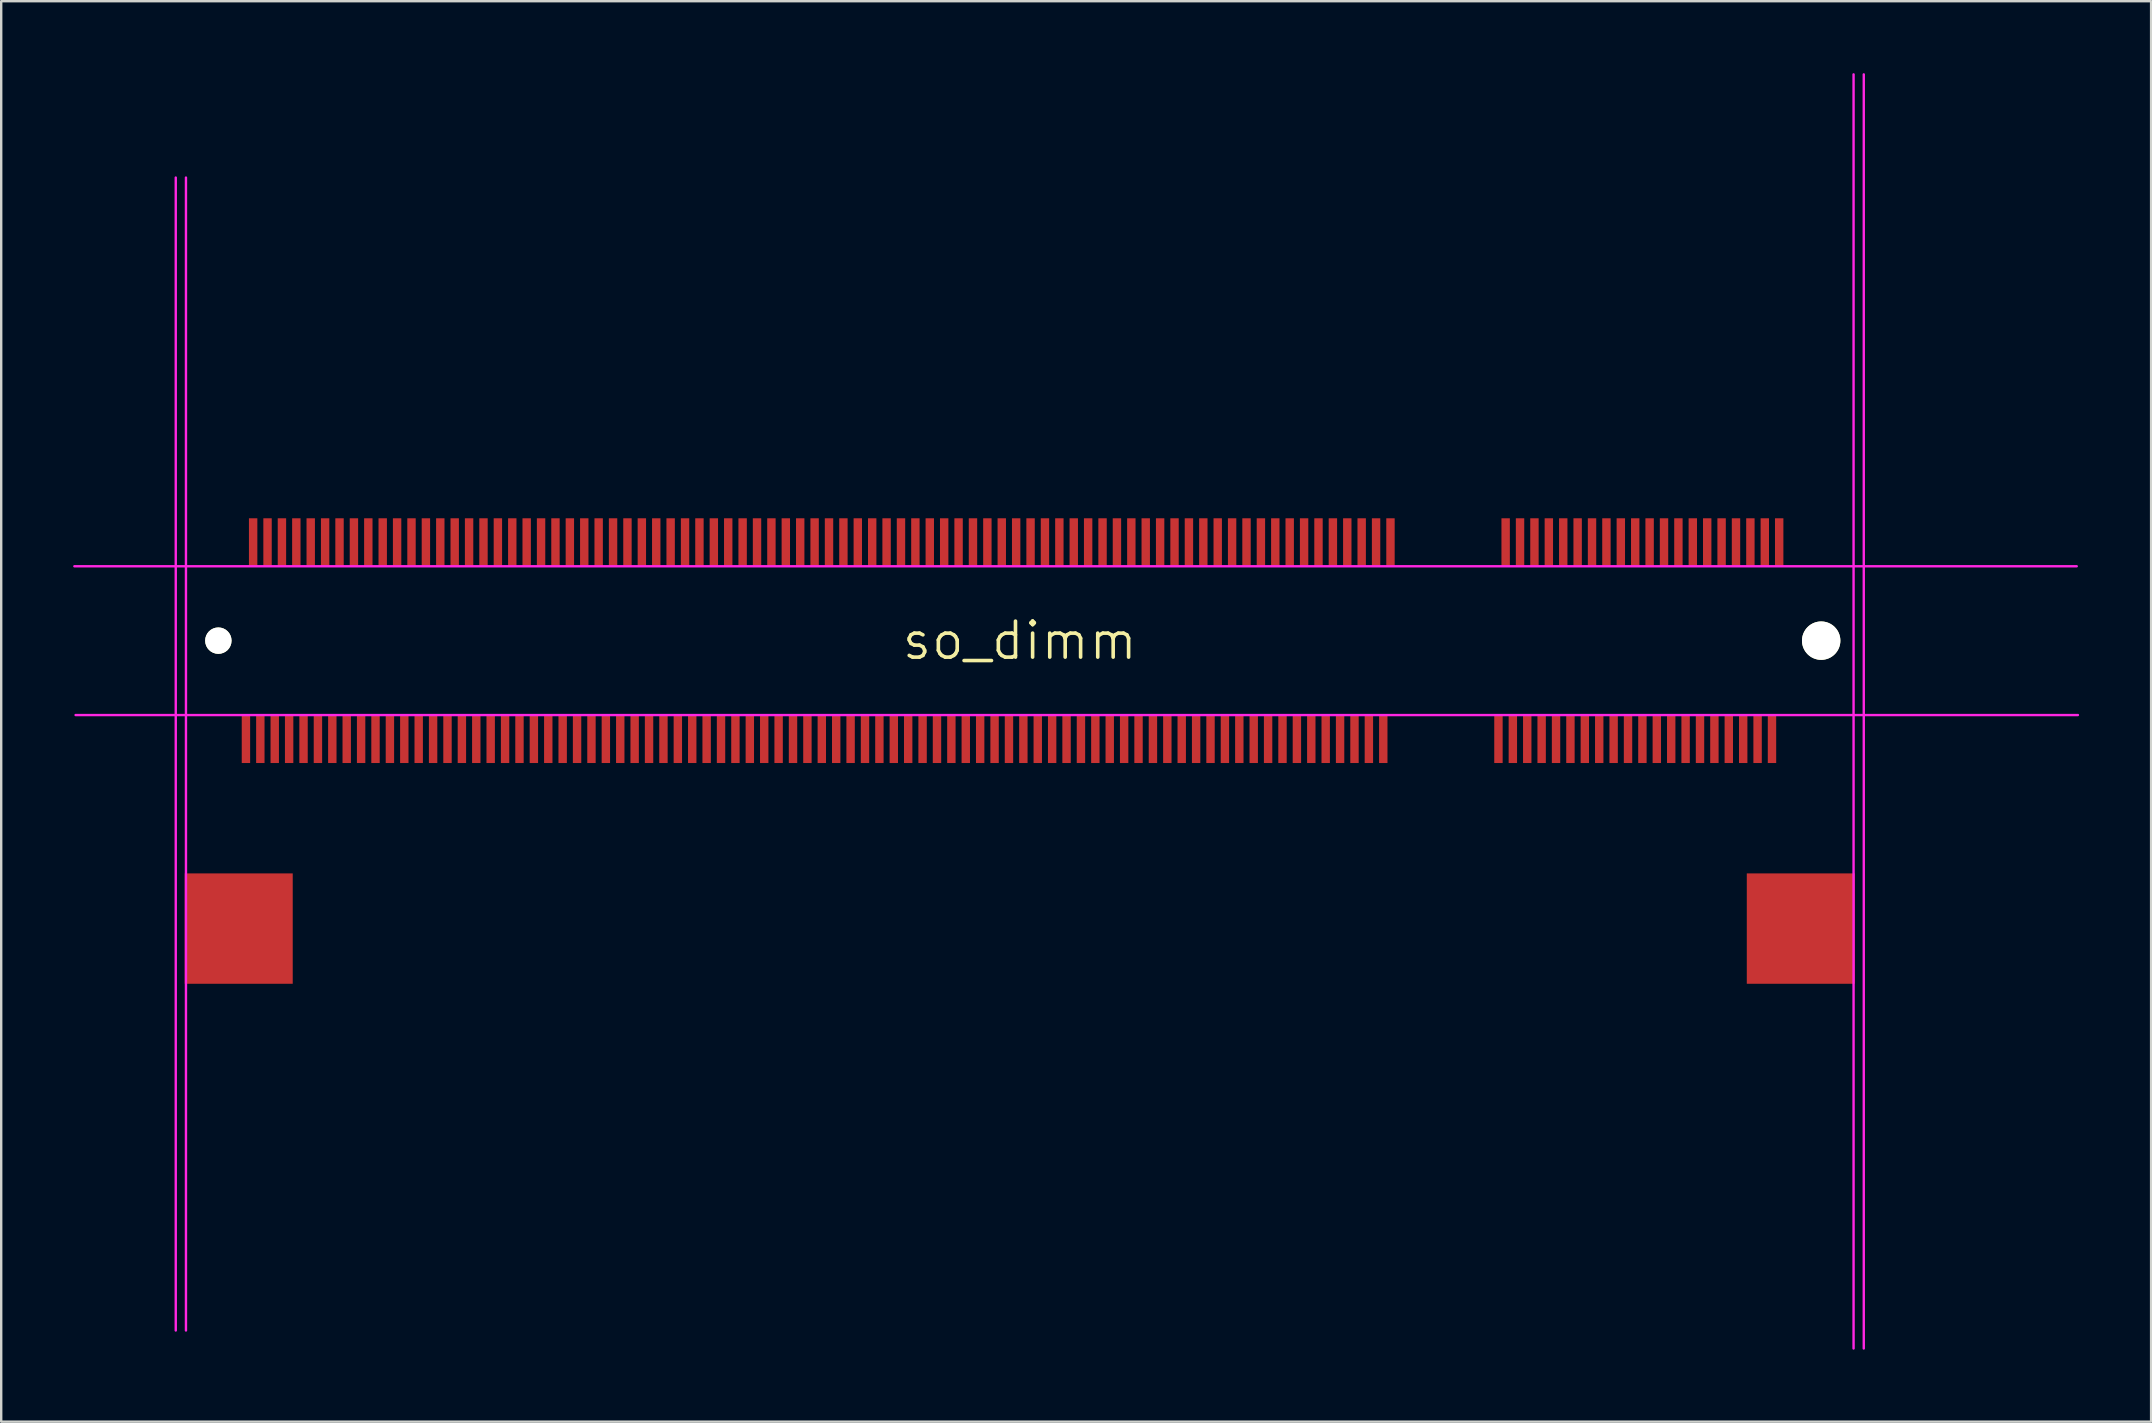
<source format=kicad_pcb>
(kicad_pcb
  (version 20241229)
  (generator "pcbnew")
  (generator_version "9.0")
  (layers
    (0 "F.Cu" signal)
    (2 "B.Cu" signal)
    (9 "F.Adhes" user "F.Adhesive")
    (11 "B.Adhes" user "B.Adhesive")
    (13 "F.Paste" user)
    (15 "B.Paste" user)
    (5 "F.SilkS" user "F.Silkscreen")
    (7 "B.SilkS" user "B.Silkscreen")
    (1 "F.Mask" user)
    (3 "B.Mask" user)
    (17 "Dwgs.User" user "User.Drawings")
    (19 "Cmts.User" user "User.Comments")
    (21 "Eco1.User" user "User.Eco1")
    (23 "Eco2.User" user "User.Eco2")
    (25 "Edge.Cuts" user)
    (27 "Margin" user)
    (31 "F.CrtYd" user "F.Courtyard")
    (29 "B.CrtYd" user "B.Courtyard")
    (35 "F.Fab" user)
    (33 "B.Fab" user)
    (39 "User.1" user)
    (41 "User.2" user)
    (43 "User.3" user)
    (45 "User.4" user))
  (footprint "so_dimm"
    (layer "F.Cu")
    (at 39.45 23.65)
    (property "Reference" "so_dimm" (at 0 0 0) (layer "F.SilkS") (effects (font (size 1.5 1.5) (thickness 0.15))))
    (attr smd)
    (fp_line (start -39.4 -3.1) (end 44.05 -3.1) (stroke (width 0.1) (type solid)) (layer "F.CrtYd"))
    (fp_line (start -39.35 3.1) (end 44.1 3.1) (stroke (width 0.1) (type solid)) (layer "F.CrtYd"))
    (fp_line (start -35.175 -19.3) (end -35.175 28.75) (stroke (width 0.1) (type solid)) (layer "F.CrtYd"))
    (fp_line (start -34.75 -19.3) (end -34.75 28.75) (stroke (width 0.1) (type solid)) (layer "F.CrtYd"))
    (fp_line (start 34.75 -23.6) (end 34.75 29.5) (stroke (width 0.1) (type solid)) (layer "F.CrtYd"))
    (fp_line (start 35.175 -23.6) (end 35.175 29.5) (stroke (width 0.1) (type solid)) (layer "F.CrtYd"))
    (pad "" np_thru_hole circle (at -33.4 0) (size 1.1 1.1) (drill 1.1) (layers "*.Cu" "*.Mask" "F.SilkS"))
    (pad "" smd rect (at -32.55 12) (size 4.5 4.6) (layers "F.Cu" "F.Mask" "F.Paste"))
    (pad "" smd rect (at 32.55 12) (size 4.5 4.6) (layers "F.Cu" "F.Mask" "F.Paste"))
    (pad "" np_thru_hole circle (at 33.4 0) (size 1.6 1.6) (drill 1.6) (layers "*.Cu" "*.Mask" "F.SilkS"))
    (pad "1" smd rect (at 31.65 -4.1) (size 0.35 2) (layers "F.Cu" "F.Mask" "F.Paste"))
    (pad "2" smd rect (at 31.35 4.1) (size 0.35 2) (layers "F.Cu" "F.Mask" "F.Paste"))
    (pad "3" smd rect (at 31.05 -4.1) (size 0.35 2) (layers "F.Cu" "F.Mask" "F.Paste"))
    (pad "4" smd rect (at 30.75 4.1) (size 0.35 2) (layers "F.Cu" "F.Mask" "F.Paste"))
    (pad "5" smd rect (at 30.45 -4.1) (size 0.35 2) (layers "F.Cu" "F.Mask" "F.Paste"))
    (pad "6" smd rect (at 30.15 4.1) (size 0.35 2) (layers "F.Cu" "F.Mask" "F.Paste"))
    (pad "7" smd rect (at 29.85 -4.1) (size 0.35 2) (layers "F.Cu" "F.Mask" "F.Paste"))
    (pad "8" smd rect (at 29.55 4.1) (size 0.35 2) (layers "F.Cu" "F.Mask" "F.Paste"))
    (pad "9" smd rect (at 29.25 -4.1) (size 0.35 2) (layers "F.Cu" "F.Mask" "F.Paste"))
    (pad "10" smd rect (at 28.95 4.1) (size 0.35 2) (layers "F.Cu" "F.Mask" "F.Paste"))
    (pad "11" smd rect (at 28.65 -4.1) (size 0.35 2) (layers "F.Cu" "F.Mask" "F.Paste"))
    (pad "12" smd rect (at 28.35 4.1) (size 0.35 2) (layers "F.Cu" "F.Mask" "F.Paste"))
    (pad "13" smd rect (at 28.05 -4.1) (size 0.35 2) (layers "F.Cu" "F.Mask" "F.Paste"))
    (pad "14" smd rect (at 27.75 4.1) (size 0.35 2) (layers "F.Cu" "F.Mask" "F.Paste"))
    (pad "15" smd rect (at 27.45 -4.1) (size 0.35 2) (layers "F.Cu" "F.Mask" "F.Paste"))
    (pad "16" smd rect (at 27.15 4.1) (size 0.35 2) (layers "F.Cu" "F.Mask" "F.Paste"))
    (pad "17" smd rect (at 26.85 -4.1) (size 0.35 2) (layers "F.Cu" "F.Mask" "F.Paste"))
    (pad "18" smd rect (at 26.55 4.1) (size 0.35 2) (layers "F.Cu" "F.Mask" "F.Paste"))
    (pad "19" smd rect (at 26.25 -4.1) (size 0.35 2) (layers "F.Cu" "F.Mask" "F.Paste"))
    (pad "20" smd rect (at 25.95 4.1) (size 0.35 2) (layers "F.Cu" "F.Mask" "F.Paste"))
    (pad "21" smd rect (at 25.65 -4.1) (size 0.35 2) (layers "F.Cu" "F.Mask" "F.Paste"))
    (pad "22" smd rect (at 25.35 4.1) (size 0.35 2) (layers "F.Cu" "F.Mask" "F.Paste"))
    (pad "23" smd rect (at 25.05 -4.1) (size 0.35 2) (layers "F.Cu" "F.Mask" "F.Paste"))
    (pad "24" smd rect (at 24.75 4.1) (size 0.35 2) (layers "F.Cu" "F.Mask" "F.Paste"))
    (pad "25" smd rect (at 24.45 -4.1) (size 0.35 2) (layers "F.Cu" "F.Mask" "F.Paste"))
    (pad "26" smd rect (at 24.15 4.1) (size 0.35 2) (layers "F.Cu" "F.Mask" "F.Paste"))
    (pad "27" smd rect (at 23.85 -4.1) (size 0.35 2) (layers "F.Cu" "F.Mask" "F.Paste"))
    (pad "28" smd rect (at 23.55 4.1) (size 0.35 2) (layers "F.Cu" "F.Mask" "F.Paste"))
    (pad "29" smd rect (at 23.25 -4.1) (size 0.35 2) (layers "F.Cu" "F.Mask" "F.Paste"))
    (pad "30" smd rect (at 22.95 4.1) (size 0.35 2) (layers "F.Cu" "F.Mask" "F.Paste"))
    (pad "31" smd rect (at 22.65 -4.1) (size 0.35 2) (layers "F.Cu" "F.Mask" "F.Paste"))
    (pad "32" smd rect (at 22.35 4.1) (size 0.35 2) (layers "F.Cu" "F.Mask" "F.Paste"))
    (pad "33" smd rect (at 22.05 -4.1) (size 0.35 2) (layers "F.Cu" "F.Mask" "F.Paste"))
    (pad "34" smd rect (at 21.75 4.1) (size 0.35 2) (layers "F.Cu" "F.Mask" "F.Paste"))
    (pad "35" smd rect (at 21.45 -4.1) (size 0.35 2) (layers "F.Cu" "F.Mask" "F.Paste"))
    (pad "36" smd rect (at 21.15 4.1) (size 0.35 2) (layers "F.Cu" "F.Mask" "F.Paste"))
    (pad "37" smd rect (at 20.85 -4.1) (size 0.35 2) (layers "F.Cu" "F.Mask" "F.Paste"))
    (pad "38" smd rect (at 20.55 4.1) (size 0.35 2) (layers "F.Cu" "F.Mask" "F.Paste"))
    (pad "39" smd rect (at 20.25 -4.1) (size 0.35 2) (layers "F.Cu" "F.Mask" "F.Paste"))
    (pad "40" smd rect (at 19.95 4.1) (size 0.35 2) (layers "F.Cu" "F.Mask" "F.Paste"))
    (pad "41" smd rect (at 15.45 -4.1) (size 0.35 2) (layers "F.Cu" "F.Mask" "F.Paste"))
    (pad "42" smd rect (at 15.15 4.1) (size 0.35 2) (layers "F.Cu" "F.Mask" "F.Paste"))
    (pad "43" smd rect (at 14.85 -4.1) (size 0.35 2) (layers "F.Cu" "F.Mask" "F.Paste"))
    (pad "44" smd rect (at 14.55 4.1) (size 0.35 2) (layers "F.Cu" "F.Mask" "F.Paste"))
    (pad "45" smd rect (at 14.25 -4.1) (size 0.35 2) (layers "F.Cu" "F.Mask" "F.Paste"))
    (pad "46" smd rect (at 13.95 4.1) (size 0.35 2) (layers "F.Cu" "F.Mask" "F.Paste"))
    (pad "47" smd rect (at 13.65 -4.1) (size 0.35 2) (layers "F.Cu" "F.Mask" "F.Paste"))
    (pad "48" smd rect (at 13.35 4.1) (size 0.35 2) (layers "F.Cu" "F.Mask" "F.Paste"))
    (pad "49" smd rect (at 13.05 -4.1) (size 0.35 2) (layers "F.Cu" "F.Mask" "F.Paste"))
    (pad "50" smd rect (at 12.75 4.1) (size 0.35 2) (layers "F.Cu" "F.Mask" "F.Paste"))
    (pad "51" smd rect (at 12.45 -4.1) (size 0.35 2) (layers "F.Cu" "F.Mask" "F.Paste"))
    (pad "52" smd rect (at 12.15 4.1) (size 0.35 2) (layers "F.Cu" "F.Mask" "F.Paste"))
    (pad "53" smd rect (at 11.85 -4.1) (size 0.35 2) (layers "F.Cu" "F.Mask" "F.Paste"))
    (pad "54" smd rect (at 11.55 4.1) (size 0.35 2) (layers "F.Cu" "F.Mask" "F.Paste"))
    (pad "55" smd rect (at 11.25 -4.1) (size 0.35 2) (layers "F.Cu" "F.Mask" "F.Paste"))
    (pad "56" smd rect (at 10.95 4.1) (size 0.35 2) (layers "F.Cu" "F.Mask" "F.Paste"))
    (pad "57" smd rect (at 10.65 -4.1) (size 0.35 2) (layers "F.Cu" "F.Mask" "F.Paste"))
    (pad "58" smd rect (at 10.35 4.1) (size 0.35 2) (layers "F.Cu" "F.Mask" "F.Paste"))
    (pad "59" smd rect (at 10.05 -4.1) (size 0.35 2) (layers "F.Cu" "F.Mask" "F.Paste"))
    (pad "60" smd rect (at 9.75 4.1) (size 0.35 2) (layers "F.Cu" "F.Mask" "F.Paste"))
    (pad "61" smd rect (at 9.45 -4.1) (size 0.35 2) (layers "F.Cu" "F.Mask" "F.Paste"))
    (pad "62" smd rect (at 9.15 4.1) (size 0.35 2) (layers "F.Cu" "F.Mask" "F.Paste"))
    (pad "63" smd rect (at 8.85 -4.1) (size 0.35 2) (layers "F.Cu" "F.Mask" "F.Paste"))
    (pad "64" smd rect (at 8.55 4.1) (size 0.35 2) (layers "F.Cu" "F.Mask" "F.Paste"))
    (pad "65" smd rect (at 8.25 -4.1) (size 0.35 2) (layers "F.Cu" "F.Mask" "F.Paste"))
    (pad "66" smd rect (at 7.95 4.1) (size 0.35 2) (layers "F.Cu" "F.Mask" "F.Paste"))
    (pad "67" smd rect (at 7.65 -4.1) (size 0.35 2) (layers "F.Cu" "F.Mask" "F.Paste"))
    (pad "68" smd rect (at 7.35 4.1) (size 0.35 2) (layers "F.Cu" "F.Mask" "F.Paste"))
    (pad "69" smd rect (at 7.05 -4.1) (size 0.35 2) (layers "F.Cu" "F.Mask" "F.Paste"))
    (pad "70" smd rect (at 6.75 4.1) (size 0.35 2) (layers "F.Cu" "F.Mask" "F.Paste"))
    (pad "71" smd rect (at 6.45 -4.1) (size 0.35 2) (layers "F.Cu" "F.Mask" "F.Paste"))
    (pad "72" smd rect (at 6.15 4.1) (size 0.35 2) (layers "F.Cu" "F.Mask" "F.Paste"))
    (pad "73" smd rect (at 5.85 -4.1) (size 0.35 2) (layers "F.Cu" "F.Mask" "F.Paste"))
    (pad "74" smd rect (at 5.55 4.1) (size 0.35 2) (layers "F.Cu" "F.Mask" "F.Paste"))
    (pad "75" smd rect (at 5.25 -4.1) (size 0.35 2) (layers "F.Cu" "F.Mask" "F.Paste"))
    (pad "76" smd rect (at 4.95 4.1) (size 0.35 2) (layers "F.Cu" "F.Mask" "F.Paste"))
    (pad "77" smd rect (at 4.65 -4.1) (size 0.35 2) (layers "F.Cu" "F.Mask" "F.Paste"))
    (pad "78" smd rect (at 4.35 4.1) (size 0.35 2) (layers "F.Cu" "F.Mask" "F.Paste"))
    (pad "79" smd rect (at 4.05 -4.1) (size 0.35 2) (layers "F.Cu" "F.Mask" "F.Paste"))
    (pad "80" smd rect (at 3.75 4.1) (size 0.35 2) (layers "F.Cu" "F.Mask" "F.Paste"))
    (pad "81" smd rect (at 3.45 -4.1) (size 0.35 2) (layers "F.Cu" "F.Mask" "F.Paste"))
    (pad "82" smd rect (at 3.15 4.1) (size 0.35 2) (layers "F.Cu" "F.Mask" "F.Paste"))
    (pad "83" smd rect (at 2.85 -4.1) (size 0.35 2) (layers "F.Cu" "F.Mask" "F.Paste"))
    (pad "84" smd rect (at 2.55 4.1) (size 0.35 2) (layers "F.Cu" "F.Mask" "F.Paste"))
    (pad "85" smd rect (at 2.25 -4.1) (size 0.35 2) (layers "F.Cu" "F.Mask" "F.Paste"))
    (pad "86" smd rect (at 1.95 4.1) (size 0.35 2) (layers "F.Cu" "F.Mask" "F.Paste"))
    (pad "87" smd rect (at 1.65 -4.1) (size 0.35 2) (layers "F.Cu" "F.Mask" "F.Paste"))
    (pad "88" smd rect (at 1.35 4.1) (size 0.35 2) (layers "F.Cu" "F.Mask" "F.Paste"))
    (pad "89" smd rect (at 1.05 -4.1) (size 0.35 2) (layers "F.Cu" "F.Mask" "F.Paste"))
    (pad "90" smd rect (at 0.75 4.1) (size 0.35 2) (layers "F.Cu" "F.Mask" "F.Paste"))
    (pad "91" smd rect (at 0.45 -4.1) (size 0.35 2) (layers "F.Cu" "F.Mask" "F.Paste"))
    (pad "92" smd rect (at 0.15 4.1) (size 0.35 2) (layers "F.Cu" "F.Mask" "F.Paste"))
    (pad "93" smd rect (at -0.15 -4.1) (size 0.35 2) (layers "F.Cu" "F.Mask" "F.Paste"))
    (pad "94" smd rect (at -0.45 4.1) (size 0.35 2) (layers "F.Cu" "F.Mask" "F.Paste"))
    (pad "95" smd rect (at -0.75 -4.1) (size 0.35 2) (layers "F.Cu" "F.Mask" "F.Paste"))
    (pad "96" smd rect (at -1.05 4.1) (size 0.35 2) (layers "F.Cu" "F.Mask" "F.Paste"))
    (pad "97" smd rect (at -1.35 -4.1) (size 0.35 2) (layers "F.Cu" "F.Mask" "F.Paste"))
    (pad "98" smd rect (at -1.65 4.1) (size 0.35 2) (layers "F.Cu" "F.Mask" "F.Paste"))
    (pad "99" smd rect (at -1.95 -4.1) (size 0.35 2) (layers "F.Cu" "F.Mask" "F.Paste"))
    (pad "100" smd rect (at -2.25 4.1) (size 0.35 2) (layers "F.Cu" "F.Mask" "F.Paste"))
    (pad "101" smd rect (at -2.55 -4.1) (size 0.35 2) (layers "F.Cu" "F.Mask" "F.Paste"))
    (pad "102" smd rect (at -2.85 4.1) (size 0.35 2) (layers "F.Cu" "F.Mask" "F.Paste"))
    (pad "103" smd rect (at -3.15 -4.1) (size 0.35 2) (layers "F.Cu" "F.Mask" "F.Paste"))
    (pad "104" smd rect (at -3.45 4.1) (size 0.35 2) (layers "F.Cu" "F.Mask" "F.Paste"))
    (pad "105" smd rect (at -3.75 -4.1) (size 0.35 2) (layers "F.Cu" "F.Mask" "F.Paste"))
    (pad "106" smd rect (at -4.05 4.1) (size 0.35 2) (layers "F.Cu" "F.Mask" "F.Paste"))
    (pad "107" smd rect (at -4.35 -4.1) (size 0.35 2) (layers "F.Cu" "F.Mask" "F.Paste"))
    (pad "108" smd rect (at -4.65 4.1) (size 0.35 2) (layers "F.Cu" "F.Mask" "F.Paste"))
    (pad "109" smd rect (at -4.95 -4.1) (size 0.35 2) (layers "F.Cu" "F.Mask" "F.Paste"))
    (pad "110" smd rect (at -5.25 4.1) (size 0.35 2) (layers "F.Cu" "F.Mask" "F.Paste"))
    (pad "111" smd rect (at -5.55 -4.1) (size 0.35 2) (layers "F.Cu" "F.Mask" "F.Paste"))
    (pad "112" smd rect (at -5.85 4.1) (size 0.35 2) (layers "F.Cu" "F.Mask" "F.Paste"))
    (pad "113" smd rect (at -6.15 -4.1) (size 0.35 2) (layers "F.Cu" "F.Mask" "F.Paste"))
    (pad "114" smd rect (at -6.45 4.1) (size 0.35 2) (layers "F.Cu" "F.Mask" "F.Paste"))
    (pad "115" smd rect (at -6.75 -4.1) (size 0.35 2) (layers "F.Cu" "F.Mask" "F.Paste"))
    (pad "116" smd rect (at -7.05 4.1) (size 0.35 2) (layers "F.Cu" "F.Mask" "F.Paste"))
    (pad "117" smd rect (at -7.35 -4.1) (size 0.35 2) (layers "F.Cu" "F.Mask" "F.Paste"))
    (pad "118" smd rect (at -7.65 4.1) (size 0.35 2) (layers "F.Cu" "F.Mask" "F.Paste"))
    (pad "119" smd rect (at -7.95 -4.1) (size 0.35 2) (layers "F.Cu" "F.Mask" "F.Paste"))
    (pad "120" smd rect (at -8.25 4.1) (size 0.35 2) (layers "F.Cu" "F.Mask" "F.Paste"))
    (pad "121" smd rect (at -8.55 -4.1) (size 0.35 2) (layers "F.Cu" "F.Mask" "F.Paste"))
    (pad "122" smd rect (at -8.85 4.1) (size 0.35 2) (layers "F.Cu" "F.Mask" "F.Paste"))
    (pad "123" smd rect (at -9.15 -4.1) (size 0.35 2) (layers "F.Cu" "F.Mask" "F.Paste"))
    (pad "124" smd rect (at -9.45 4.1) (size 0.35 2) (layers "F.Cu" "F.Mask" "F.Paste"))
    (pad "125" smd rect (at -9.75 -4.1) (size 0.35 2) (layers "F.Cu" "F.Mask" "F.Paste"))
    (pad "126" smd rect (at -10.05 4.1) (size 0.35 2) (layers "F.Cu" "F.Mask" "F.Paste"))
    (pad "127" smd rect (at -10.35 -4.1) (size 0.35 2) (layers "F.Cu" "F.Mask" "F.Paste"))
    (pad "128" smd rect (at -10.65 4.1) (size 0.35 2) (layers "F.Cu" "F.Mask" "F.Paste"))
    (pad "129" smd rect (at -10.95 -4.1) (size 0.35 2) (layers "F.Cu" "F.Mask" "F.Paste"))
    (pad "130" smd rect (at -11.25 4.1) (size 0.35 2) (layers "F.Cu" "F.Mask" "F.Paste"))
    (pad "131" smd rect (at -11.55 -4.1) (size 0.35 2) (layers "F.Cu" "F.Mask" "F.Paste"))
    (pad "132" smd rect (at -11.85 4.1) (size 0.35 2) (layers "F.Cu" "F.Mask" "F.Paste"))
    (pad "133" smd rect (at -12.15 -4.1) (size 0.35 2) (layers "F.Cu" "F.Mask" "F.Paste"))
    (pad "134" smd rect (at -12.45 4.1) (size 0.35 2) (layers "F.Cu" "F.Mask" "F.Paste"))
    (pad "135" smd rect (at -12.75 -4.1) (size 0.35 2) (layers "F.Cu" "F.Mask" "F.Paste"))
    (pad "136" smd rect (at -13.05 4.1) (size 0.35 2) (layers "F.Cu" "F.Mask" "F.Paste"))
    (pad "137" smd rect (at -13.35 -4.1) (size 0.35 2) (layers "F.Cu" "F.Mask" "F.Paste"))
    (pad "138" smd rect (at -13.65 4.1) (size 0.35 2) (layers "F.Cu" "F.Mask" "F.Paste"))
    (pad "139" smd rect (at -13.95 -4.1) (size 0.35 2) (layers "F.Cu" "F.Mask" "F.Paste"))
    (pad "140" smd rect (at -14.25 4.1) (size 0.35 2) (layers "F.Cu" "F.Mask" "F.Paste"))
    (pad "141" smd rect (at -14.55 -4.1) (size 0.35 2) (layers "F.Cu" "F.Mask" "F.Paste"))
    (pad "142" smd rect (at -14.85 4.1) (size 0.35 2) (layers "F.Cu" "F.Mask" "F.Paste"))
    (pad "143" smd rect (at -15.15 -4.1) (size 0.35 2) (layers "F.Cu" "F.Mask" "F.Paste"))
    (pad "144" smd rect (at -15.45 4.1) (size 0.35 2) (layers "F.Cu" "F.Mask" "F.Paste"))
    (pad "145" smd rect (at -15.75 -4.1) (size 0.35 2) (layers "F.Cu" "F.Mask" "F.Paste"))
    (pad "146" smd rect (at -16.05 4.1) (size 0.35 2) (layers "F.Cu" "F.Mask" "F.Paste"))
    (pad "147" smd rect (at -16.35 -4.1) (size 0.35 2) (layers "F.Cu" "F.Mask" "F.Paste"))
    (pad "148" smd rect (at -16.65 4.1) (size 0.35 2) (layers "F.Cu" "F.Mask" "F.Paste"))
    (pad "149" smd rect (at -16.95 -4.1) (size 0.35 2) (layers "F.Cu" "F.Mask" "F.Paste"))
    (pad "150" smd rect (at -17.25 4.1) (size 0.35 2) (layers "F.Cu" "F.Mask" "F.Paste"))
    (pad "151" smd rect (at -17.55 -4.1) (size 0.35 2) (layers "F.Cu" "F.Mask" "F.Paste"))
    (pad "152" smd rect (at -17.85 4.1) (size 0.35 2) (layers "F.Cu" "F.Mask" "F.Paste"))
    (pad "153" smd rect (at -18.15 -4.1) (size 0.35 2) (layers "F.Cu" "F.Mask" "F.Paste"))
    (pad "154" smd rect (at -18.45 4.1) (size 0.35 2) (layers "F.Cu" "F.Mask" "F.Paste"))
    (pad "155" smd rect (at -18.75 -4.1) (size 0.35 2) (layers "F.Cu" "F.Mask" "F.Paste"))
    (pad "156" smd rect (at -19.05 4.1) (size 0.35 2) (layers "F.Cu" "F.Mask" "F.Paste"))
    (pad "157" smd rect (at -19.35 -4.1) (size 0.35 2) (layers "F.Cu" "F.Mask" "F.Paste"))
    (pad "158" smd rect (at -19.65 4.1) (size 0.35 2) (layers "F.Cu" "F.Mask" "F.Paste"))
    (pad "159" smd rect (at -19.95 -4.1) (size 0.35 2) (layers "F.Cu" "F.Mask" "F.Paste"))
    (pad "160" smd rect (at -20.25 4.1) (size 0.35 2) (layers "F.Cu" "F.Mask" "F.Paste"))
    (pad "161" smd rect (at -20.55 -4.1) (size 0.35 2) (layers "F.Cu" "F.Mask" "F.Paste"))
    (pad "162" smd rect (at -20.85 4.1) (size 0.35 2) (layers "F.Cu" "F.Mask" "F.Paste"))
    (pad "163" smd rect (at -21.15 -4.1) (size 0.35 2) (layers "F.Cu" "F.Mask" "F.Paste"))
    (pad "164" smd rect (at -21.45 4.1) (size 0.35 2) (layers "F.Cu" "F.Mask" "F.Paste"))
    (pad "165" smd rect (at -21.75 -4.1) (size 0.35 2) (layers "F.Cu" "F.Mask" "F.Paste"))
    (pad "166" smd rect (at -22.05 4.1) (size 0.35 2) (layers "F.Cu" "F.Mask" "F.Paste"))
    (pad "167" smd rect (at -22.35 -4.1) (size 0.35 2) (layers "F.Cu" "F.Mask" "F.Paste"))
    (pad "168" smd rect (at -22.65 4.1) (size 0.35 2) (layers "F.Cu" "F.Mask" "F.Paste"))
    (pad "169" smd rect (at -22.95 -4.1) (size 0.35 2) (layers "F.Cu" "F.Mask" "F.Paste"))
    (pad "170" smd rect (at -23.25 4.1) (size 0.35 2) (layers "F.Cu" "F.Mask" "F.Paste"))
    (pad "171" smd rect (at -23.55 -4.1) (size 0.35 2) (layers "F.Cu" "F.Mask" "F.Paste"))
    (pad "172" smd rect (at -23.85 4.1) (size 0.35 2) (layers "F.Cu" "F.Mask" "F.Paste"))
    (pad "173" smd rect (at -24.15 -4.1) (size 0.35 2) (layers "F.Cu" "F.Mask" "F.Paste"))
    (pad "174" smd rect (at -24.45 4.1) (size 0.35 2) (layers "F.Cu" "F.Mask" "F.Paste"))
    (pad "175" smd rect (at -24.75 -4.1) (size 0.35 2) (layers "F.Cu" "F.Mask" "F.Paste"))
    (pad "176" smd rect (at -25.05 4.1) (size 0.35 2) (layers "F.Cu" "F.Mask" "F.Paste"))
    (pad "177" smd rect (at -25.35 -4.1) (size 0.35 2) (layers "F.Cu" "F.Mask" "F.Paste"))
    (pad "178" smd rect (at -25.65 4.1) (size 0.35 2) (layers "F.Cu" "F.Mask" "F.Paste"))
    (pad "179" smd rect (at -25.95 -4.1) (size 0.35 2) (layers "F.Cu" "F.Mask" "F.Paste"))
    (pad "180" smd rect (at -26.25 4.1) (size 0.35 2) (layers "F.Cu" "F.Mask" "F.Paste"))
    (pad "181" smd rect (at -26.55 -4.1) (size 0.35 2) (layers "F.Cu" "F.Mask" "F.Paste"))
    (pad "182" smd rect (at -26.85 4.1) (size 0.35 2) (layers "F.Cu" "F.Mask" "F.Paste"))
    (pad "183" smd rect (at -27.15 -4.1) (size 0.35 2) (layers "F.Cu" "F.Mask" "F.Paste"))
    (pad "184" smd rect (at -27.45 4.1) (size 0.35 2) (layers "F.Cu" "F.Mask" "F.Paste"))
    (pad "185" smd rect (at -27.75 -4.1) (size 0.35 2) (layers "F.Cu" "F.Mask" "F.Paste"))
    (pad "186" smd rect (at -28.05 4.1) (size 0.35 2) (layers "F.Cu" "F.Mask" "F.Paste"))
    (pad "187" smd rect (at -28.35 -4.1) (size 0.35 2) (layers "F.Cu" "F.Mask" "F.Paste"))
    (pad "188" smd rect (at -28.65 4.1) (size 0.35 2) (layers "F.Cu" "F.Mask" "F.Paste"))
    (pad "189" smd rect (at -28.95 -4.1) (size 0.35 2) (layers "F.Cu" "F.Mask" "F.Paste"))
    (pad "190" smd rect (at -29.25 4.1) (size 0.35 2) (layers "F.Cu" "F.Mask" "F.Paste"))
    (pad "191" smd rect (at -29.55 -4.1) (size 0.35 2) (layers "F.Cu" "F.Mask" "F.Paste"))
    (pad "192" smd rect (at -29.85 4.1) (size 0.35 2) (layers "F.Cu" "F.Mask" "F.Paste"))
    (pad "193" smd rect (at -30.15 -4.1) (size 0.35 2) (layers "F.Cu" "F.Mask" "F.Paste"))
    (pad "194" smd rect (at -30.45 4.1) (size 0.35 2) (layers "F.Cu" "F.Mask" "F.Paste"))
    (pad "195" smd rect (at -30.75 -4.1) (size 0.35 2) (layers "F.Cu" "F.Mask" "F.Paste"))
    (pad "196" smd rect (at -31.05 4.1) (size 0.35 2) (layers "F.Cu" "F.Mask" "F.Paste"))
    (pad "197" smd rect (at -31.35 -4.1) (size 0.35 2) (layers "F.Cu" "F.Mask" "F.Paste"))
    (pad "198" smd rect (at -31.65 4.1) (size 0.35 2) (layers "F.Cu" "F.Mask" "F.Paste"))
    (pad "199" smd rect (at -31.95 -4.1) (size 0.35 2) (layers "F.Cu" "F.Mask" "F.Paste"))
    (pad "200" smd rect (at -32.25 4.1) (size 0.35 2) (layers "F.Cu" "F.Mask" "F.Paste")))
  (gr_rect
    (start -3 -3)
    (end 86.6 56.2)
    (stroke (width 0.1) (type default))
    (fill no)
    (layer "Edge.Cuts")))
</source>
